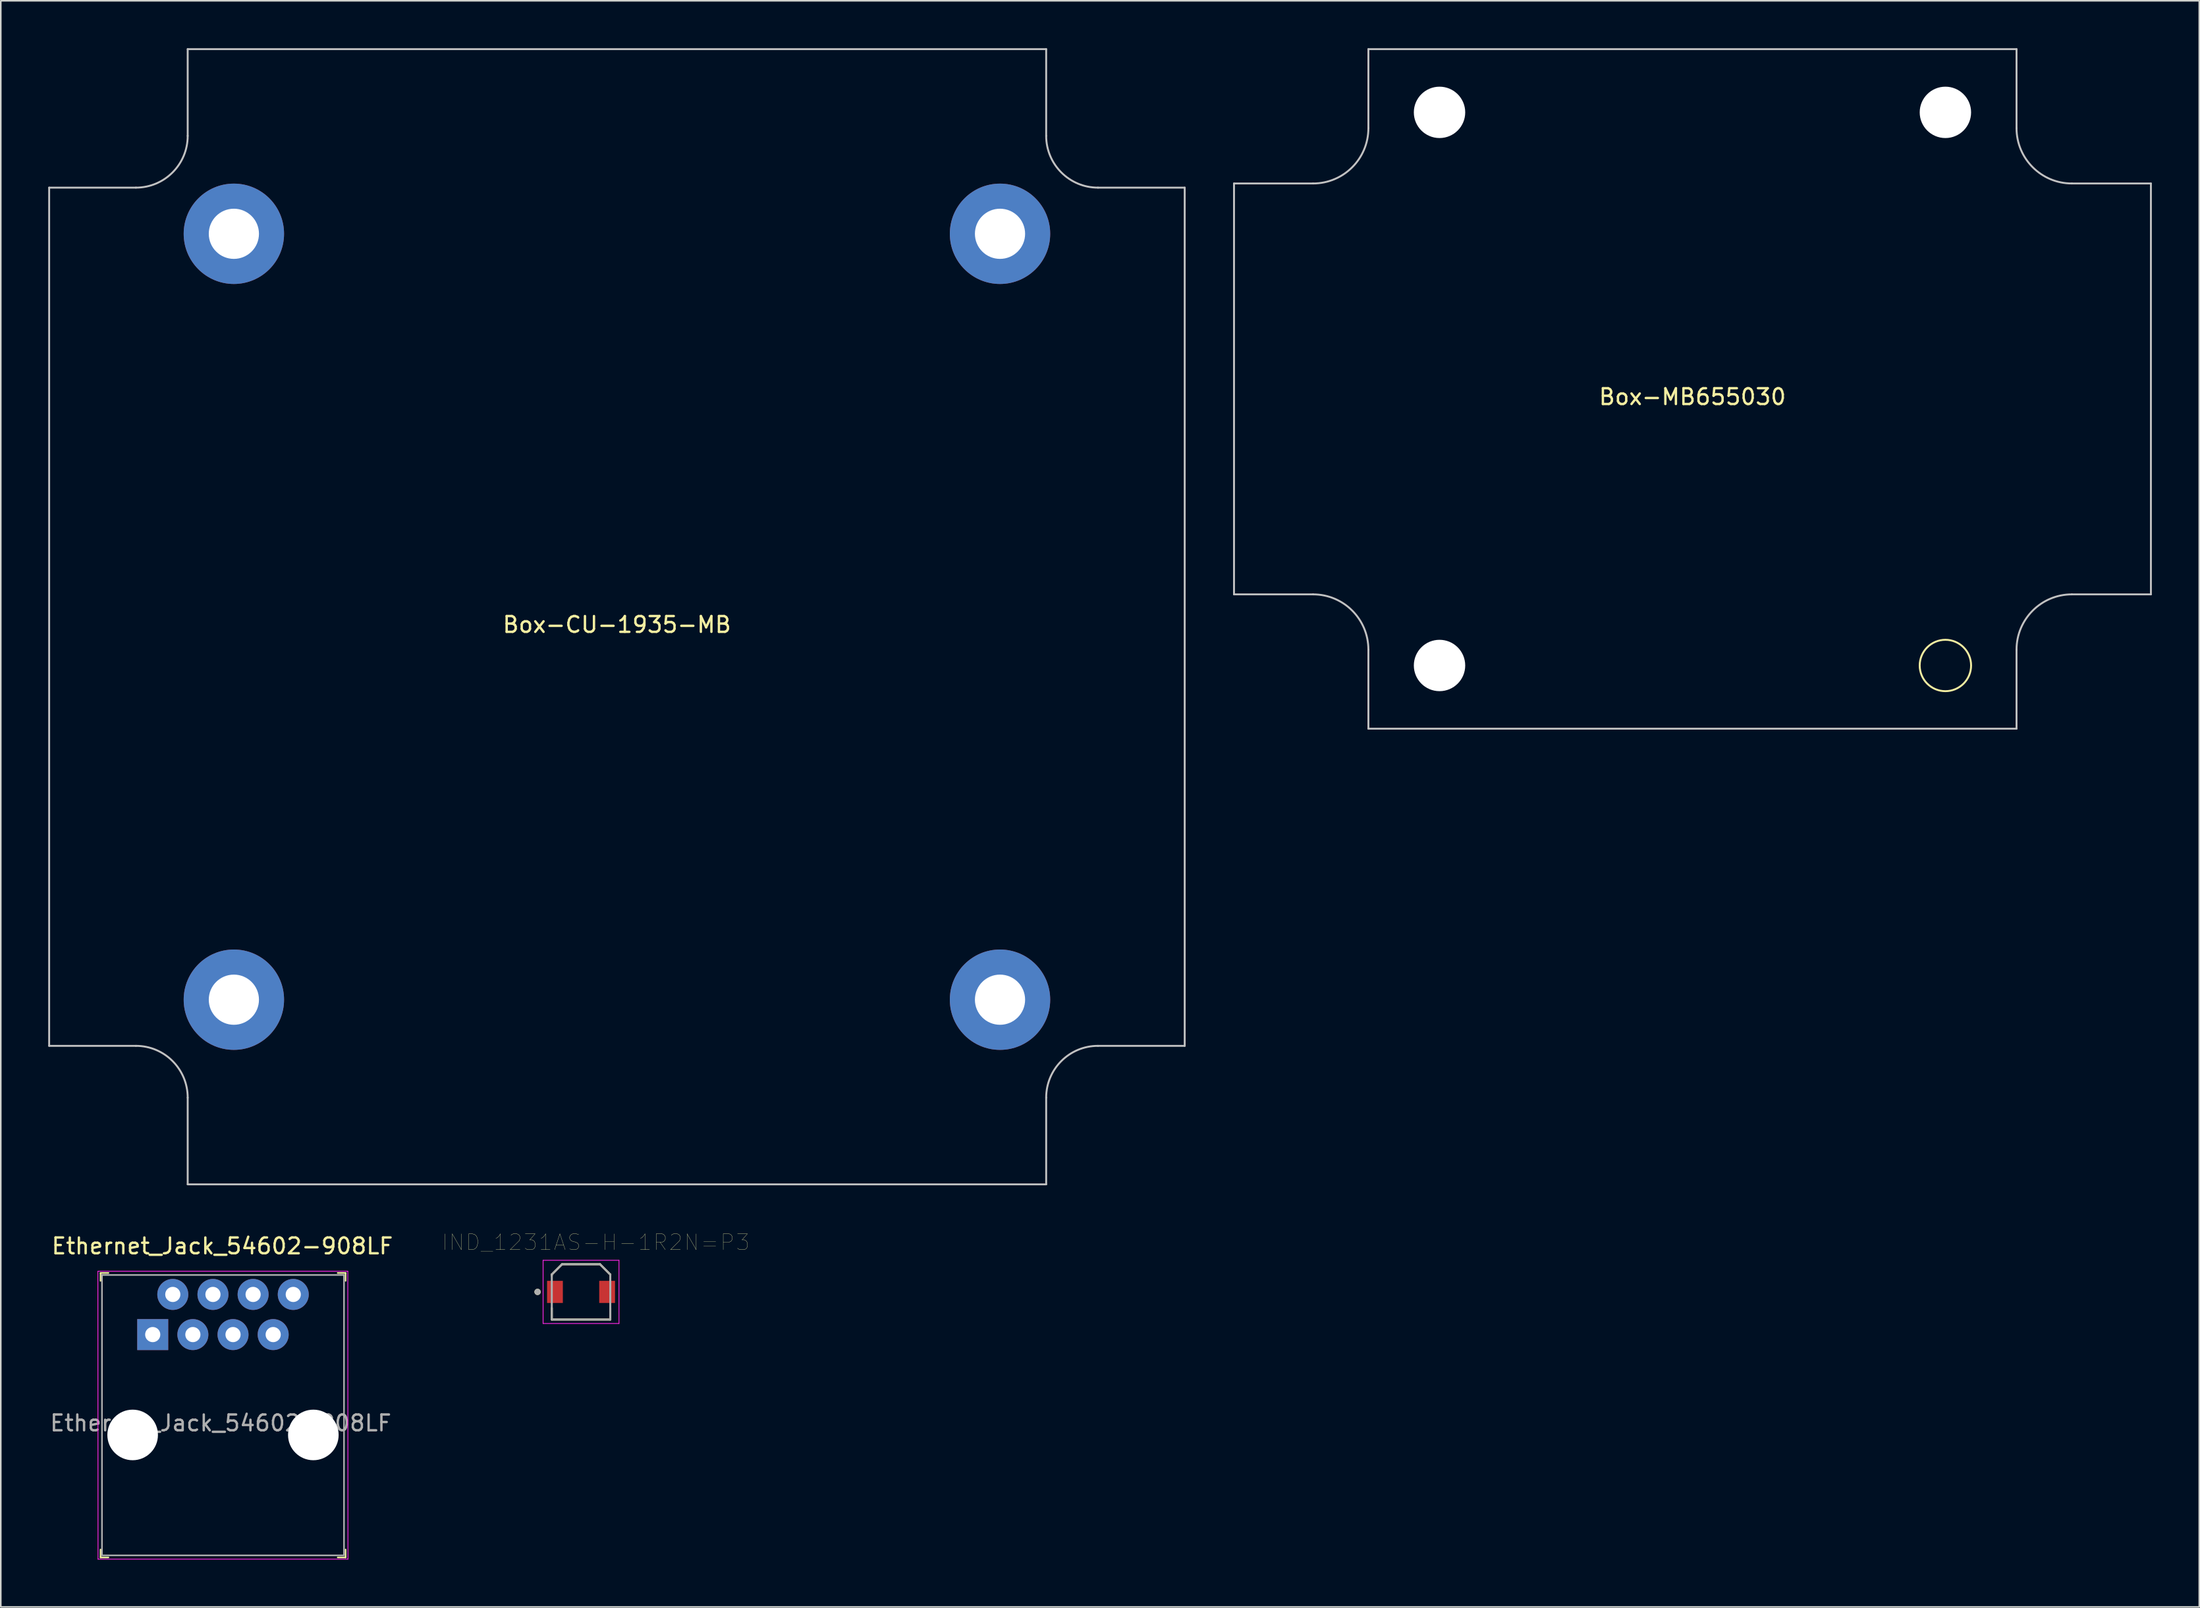
<source format=kicad_pcb>
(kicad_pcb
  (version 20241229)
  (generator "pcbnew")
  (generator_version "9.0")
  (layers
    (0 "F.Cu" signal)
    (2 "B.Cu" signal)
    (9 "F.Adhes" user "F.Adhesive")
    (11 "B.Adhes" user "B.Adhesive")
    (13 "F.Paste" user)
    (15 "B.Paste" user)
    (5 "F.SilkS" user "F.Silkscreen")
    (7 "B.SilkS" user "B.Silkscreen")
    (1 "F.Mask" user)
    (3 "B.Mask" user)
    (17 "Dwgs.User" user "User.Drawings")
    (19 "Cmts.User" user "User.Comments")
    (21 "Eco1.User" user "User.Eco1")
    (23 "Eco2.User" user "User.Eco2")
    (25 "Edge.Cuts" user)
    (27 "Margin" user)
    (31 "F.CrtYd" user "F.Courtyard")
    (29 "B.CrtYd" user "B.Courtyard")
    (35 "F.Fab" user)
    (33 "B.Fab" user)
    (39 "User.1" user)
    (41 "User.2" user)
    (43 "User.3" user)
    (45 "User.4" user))
  (footprint "IND_1231AS-H-1R2N=P3"
    (layer "F.Cu")
    (at 33.705 78.698)
    (property "Reference" "IND_1231AS-H-1R2N=P3" (at 0.925 -3.135 0) (layer "F.SilkS") (effects (font (size 1 1) (thickness 0.015))))
    (attr smd)
    (fp_line (start -1.85 -1.1) (end -1.2 -1.75) (stroke (width 0.127) (type solid)) (layer "F.SilkS"))
    (fp_line (start -1.85 -1.02) (end -1.85 -1.1) (stroke (width 0.127) (type solid)) (layer "F.SilkS"))
    (fp_line (start -1.85 1.75) (end -1.85 1.02) (stroke (width 0.127) (type solid)) (layer "F.SilkS"))
    (fp_line (start -1.2 -1.75) (end 1.2 -1.75) (stroke (width 0.127) (type solid)) (layer "F.SilkS"))
    (fp_line (start 1.2 -1.75) (end 1.85 -1.1) (stroke (width 0.127) (type solid)) (layer "F.SilkS"))
    (fp_line (start 1.85 -1.1) (end 1.85 -1.02) (stroke (width 0.127) (type solid)) (layer "F.SilkS"))
    (fp_line (start 1.85 1.02) (end 1.85 1.75) (stroke (width 0.127) (type solid)) (layer "F.SilkS"))
    (fp_line (start 1.85 1.75) (end -1.85 1.75) (stroke (width 0.127) (type solid)) (layer "F.SilkS"))
    (fp_circle (center -2.75 0) (end -2.65 0) (stroke (width 0.2) (type solid)) (fill no) (layer "F.SilkS"))
    (fp_line (start -2.4 -2) (end 2.4 -2) (stroke (width 0.05) (type solid)) (layer "F.CrtYd"))
    (fp_line (start -2.4 2) (end -2.4 -2) (stroke (width 0.05) (type solid)) (layer "F.CrtYd"))
    (fp_line (start 2.4 -2) (end 2.4 2) (stroke (width 0.05) (type solid)) (layer "F.CrtYd"))
    (fp_line (start 2.4 2) (end -2.4 2) (stroke (width 0.05) (type solid)) (layer "F.CrtYd"))
    (fp_line (start -1.85 -1.1) (end -1.2 -1.75) (stroke (width 0.127) (type solid)) (layer "F.Fab"))
    (fp_line (start -1.85 1.75) (end -1.85 -1.1) (stroke (width 0.127) (type solid)) (layer "F.Fab"))
    (fp_line (start -1.2 -1.75) (end 1.2 -1.75) (stroke (width 0.127) (type solid)) (layer "F.Fab"))
    (fp_line (start 1.2 -1.75) (end 1.85 -1.1) (stroke (width 0.127) (type solid)) (layer "F.Fab"))
    (fp_line (start 1.85 -1.1) (end 1.85 1.75) (stroke (width 0.127) (type solid)) (layer "F.Fab"))
    (fp_line (start 1.85 1.75) (end -1.85 1.75) (stroke (width 0.127) (type solid)) (layer "F.Fab"))
    (fp_circle (center -2.75 0) (end -2.65 0) (stroke (width 0.2) (type solid)) (fill no) (layer "F.Fab"))
    (pad "1" smd rect (at -1.65 0) (size 1 1.4) (layers "F.Cu" "F.Mask" "F.Paste"))
    (pad "2" smd rect (at 1.65 0) (size 1 1.4) (layers "F.Cu" "F.Mask" "F.Paste")))
  (footprint "Ethernet_Jack_54602-908LF"
    (layer "F.Cu")
    (at 6.611 81.399)
    (property "Reference" "Ethernet_Jack_54602-908LF" (at 4.4 -5.6 0) (layer "F.SilkS") (effects (font (size 1 1) (thickness 0.15))))
    (attr through_hole)
    (fp_line (start -3.3 -3.9) (end -3.3 -3.4) (stroke (width 0.1) (type solid)) (layer "F.SilkS"))
    (fp_line (start -3.3 -3.9) (end -2.8 -3.9) (stroke (width 0.1) (type solid)) (layer "F.SilkS"))
    (fp_line (start -3.3 14.1) (end -3.3 13.6) (stroke (width 0.1) (type solid)) (layer "F.SilkS"))
    (fp_line (start -3.3 14.1) (end -2.8 14.1) (stroke (width 0.1) (type solid)) (layer "F.SilkS"))
    (fp_line (start 12.2 -3.9) (end 11.7 -3.9) (stroke (width 0.1) (type solid)) (layer "F.SilkS"))
    (fp_line (start 12.2 -3.9) (end 12.2 -3.4) (stroke (width 0.1) (type solid)) (layer "F.SilkS"))
    (fp_line (start 12.2 14.1) (end 11.7 14.1) (stroke (width 0.1) (type solid)) (layer "F.SilkS"))
    (fp_line (start 12.2 14.1) (end 12.2 13.6) (stroke (width 0.1) (type solid)) (layer "F.SilkS"))
    (fp_line (start -3.47 -4.01) (end -3.46 14.21) (stroke (width 0.05) (type solid)) (layer "F.CrtYd"))
    (fp_line (start -3.47 -4.01) (end 12.34 -4.01) (stroke (width 0.05) (type solid)) (layer "F.CrtYd"))
    (fp_line (start -3.46 14.21) (end 12.35 14.21) (stroke (width 0.05) (type solid)) (layer "F.CrtYd"))
    (fp_line (start 12.34 -4.01) (end 12.35 14.21) (stroke (width 0.05) (type solid)) (layer "F.CrtYd"))
    (fp_line (start -3.21 -3.77) (end -3.21 13.97) (stroke (width 0.1) (type solid)) (layer "F.Fab"))
    (fp_line (start -3.21 -3.77) (end 12.1 -3.77) (stroke (width 0.1) (type solid)) (layer "F.Fab"))
    (fp_line (start -3.205 13.97) (end 12.095 13.97) (stroke (width 0.1) (type solid)) (layer "F.Fab"))
    (fp_line (start 12.1 -3.77) (end 12.1 13.97) (stroke (width 0.1) (type solid)) (layer "F.Fab"))
    (fp_text user "${REFERENCE}" (at 4.3 5.6 0) (layer "F.Fab") (effects (font (size 1 1) (thickness 0.15))))
    (pad "" np_thru_hole circle (at -1.27 6.35) (size 3.2 3.2) (drill 3.2) (layers "*.Cu" "*.Mask"))
    (pad "" np_thru_hole circle (at 10.16 6.35) (size 3.2 3.2) (drill 3.2) (layers "*.Cu" "*.Mask"))
    (pad "1" thru_hole rect (at 0 0) (size 1.96 1.96) (drill 0.96) (layers "*.Cu" "*.Mask"))
    (pad "2" thru_hole circle (at 1.27 -2.54) (size 1.96 1.96) (drill 0.96) (layers "*.Cu" "*.Mask"))
    (pad "3" thru_hole circle (at 2.54 0) (size 1.96 1.96) (drill 0.96) (layers "*.Cu" "*.Mask"))
    (pad "4" thru_hole circle (at 3.81 -2.54) (size 1.96 1.96) (drill 0.96) (layers "*.Cu" "*.Mask"))
    (pad "5" thru_hole circle (at 5.08 0) (size 1.96 1.96) (drill 0.96) (layers "*.Cu" "*.Mask"))
    (pad "6" thru_hole circle (at 6.35 -2.54) (size 1.96 1.96) (drill 0.96) (layers "*.Cu" "*.Mask"))
    (pad "7" thru_hole circle (at 7.62 0) (size 1.96 1.96) (drill 0.96) (layers "*.Cu" "*.Mask"))
    (pad "8" thru_hole circle (at 8.89 -2.54) (size 1.96 1.96) (drill 0.96) (layers "*.Cu" "*.Mask")))
  (footprint "Box-CU-1935-MB"
    (layer "F.Cu")
    (at 35.976 35.976)
    (property "Reference" "Box-CU-1935-MB" (at 0 0.5 0) (layer "F.SilkS") (effects (font (size 1 1) (thickness 0.15))))
    (attr through_hole)
    (fp_line (start -35.916 -27.153) (end -30.429 -27.153) (stroke (width 0.12) (type solid)) (layer "Dwgs.User"))
    (fp_line (start -35.916 27.153) (end -35.916 -27.153) (stroke (width 0.12) (type solid)) (layer "Dwgs.User"))
    (fp_line (start -35.916 27.153) (end -30.429 27.153) (stroke (width 0.12) (type solid)) (layer "Dwgs.User"))
    (fp_line (start -27.153 -35.916) (end 27.153 -35.916) (stroke (width 0.12) (type solid)) (layer "Dwgs.User"))
    (fp_line (start -27.153 -30.429) (end -27.153 -35.916) (stroke (width 0.12) (type solid)) (layer "Dwgs.User"))
    (fp_line (start -27.153 30.429) (end -27.153 35.916) (stroke (width 0.12) (type solid)) (layer "Dwgs.User"))
    (fp_line (start 27.153 -30.429) (end 27.153 -35.916) (stroke (width 0.12) (type solid)) (layer "Dwgs.User"))
    (fp_line (start 27.153 30.429) (end 27.153 35.916) (stroke (width 0.12) (type solid)) (layer "Dwgs.User"))
    (fp_line (start 27.153 35.916) (end -27.153 35.916) (stroke (width 0.12) (type solid)) (layer "Dwgs.User"))
    (fp_line (start 30.429 27.153) (end 35.916 27.153) (stroke (width 0.12) (type solid)) (layer "Dwgs.User"))
    (fp_line (start 35.916 -27.153) (end 30.429 -27.153) (stroke (width 0.12) (type solid)) (layer "Dwgs.User"))
    (fp_line (start 35.916 -27.153) (end 35.916 27.153) (stroke (width 0.12) (type solid)) (layer "Dwgs.User"))
    (fp_arc (start -30.4292 27.1526) (mid -28.112294 28.112294) (end -27.1526 30.4292) (stroke (width 0.12) (type solid)) (layer "Dwgs.User"))
    (fp_arc (start -27.1526 -30.4292) (mid -28.112294 -28.112294) (end -30.4292 -27.1526) (stroke (width 0.12) (type solid)) (layer "Dwgs.User"))
    (fp_arc (start 27.1526 30.4292) (mid 28.112294 28.112294) (end 30.4292 27.1526) (stroke (width 0.12) (type solid)) (layer "Dwgs.User"))
    (fp_arc (start 30.4292 -27.1526) (mid 28.112294 -28.112294) (end 27.1526 -30.4292) (stroke (width 0.12) (type solid)) (layer "Dwgs.User"))
    (pad "1" thru_hole circle (at -24.232 -24.232) (size 6.35 6.35) (drill 3.175) (layers "*.Cu" "*.Mask"))
    (pad "2" thru_hole circle (at 24.232 -24.232) (size 6.35 6.35) (drill 3.175) (layers "*.Cu" "*.Mask"))
    (pad "3" thru_hole circle (at 24.232 24.232) (size 6.35 6.35) (drill 3.175) (layers "*.Cu" "*.Mask"))
    (pad "4" thru_hole circle (at -24.232 24.232) (size 6.35 6.35) (drill 3.175) (layers "*.Cu" "*.Mask")))
  (footprint "Box-MB655030"
    (layer "F.Cu")
    (at 104.011 21.56)
    (property "Reference" "Box-MB655030" (at 0 0.5 0) (layer "F.SilkS") (effects (font (size 1 1) (thickness 0.15))))
    (attr through_hole)
    (fp_circle (center 16 17.5) (end 17.625 17.5) (stroke (width 0.12) (type solid)) (fill no) (layer "F.SilkS"))
    (fp_line (start -29 -13) (end -24 -13) (stroke (width 0.12) (type solid)) (layer "Dwgs.User"))
    (fp_line (start -29 13) (end -29 -13) (stroke (width 0.12) (type solid)) (layer "Dwgs.User"))
    (fp_line (start -29 13) (end -24 13) (stroke (width 0.12) (type solid)) (layer "Dwgs.User"))
    (fp_line (start -20.5 -21.5) (end 20.5 -21.5) (stroke (width 0.12) (type solid)) (layer "Dwgs.User"))
    (fp_line (start -20.5 -16.5) (end -20.5 -21.5) (stroke (width 0.12) (type solid)) (layer "Dwgs.User"))
    (fp_line (start -20.5 16.5) (end -20.5 21.5) (stroke (width 0.12) (type solid)) (layer "Dwgs.User"))
    (fp_line (start 20.5 -16.5) (end 20.5 -21.5) (stroke (width 0.12) (type solid)) (layer "Dwgs.User"))
    (fp_line (start 20.5 16.5) (end 20.5 21.5) (stroke (width 0.12) (type solid)) (layer "Dwgs.User"))
    (fp_line (start 20.5 21.5) (end -20.5 21.5) (stroke (width 0.12) (type solid)) (layer "Dwgs.User"))
    (fp_line (start 29 -13) (end 24 -13) (stroke (width 0.12) (type solid)) (layer "Dwgs.User"))
    (fp_line (start 29 -13) (end 29 13) (stroke (width 0.12) (type solid)) (layer "Dwgs.User"))
    (fp_line (start 29 13) (end 24 13) (stroke (width 0.12) (type solid)) (layer "Dwgs.User"))
    (fp_arc (start -24 13) (mid -21.525126 14.025126) (end -20.5 16.5) (stroke (width 0.12) (type solid)) (layer "Dwgs.User"))
    (fp_arc (start -20.5 -16.5) (mid -21.525126 -14.025126) (end -24 -13) (stroke (width 0.12) (type solid)) (layer "Dwgs.User"))
    (fp_arc (start 20.5 16.5) (mid 21.525126 14.025126) (end 24 13) (stroke (width 0.12) (type solid)) (layer "Dwgs.User"))
    (fp_arc (start 24 -13) (mid 21.525126 -14.025126) (end 20.5 -16.5) (stroke (width 0.12) (type solid)) (layer "Dwgs.User"))
    (pad "" np_thru_hole circle (at -16 -17.5) (size 3.25 3.25) (drill 3.25) (layers "*.Cu" "*.Mask"))
    (pad "" np_thru_hole circle (at -16 17.5) (size 3.25 3.25) (drill 3.25) (layers "*.Cu" "*.Mask"))
    (pad "" np_thru_hole circle (at 16 -17.5) (size 3.25 3.25) (drill 3.25) (layers "*.Cu" "*.Mask")))
  (gr_rect
    (start -3 -3)
    (end 136.071 98.634)
    (stroke (width 0.1) (type default))
    (fill no)
    (layer "Edge.Cuts")))
</source>
